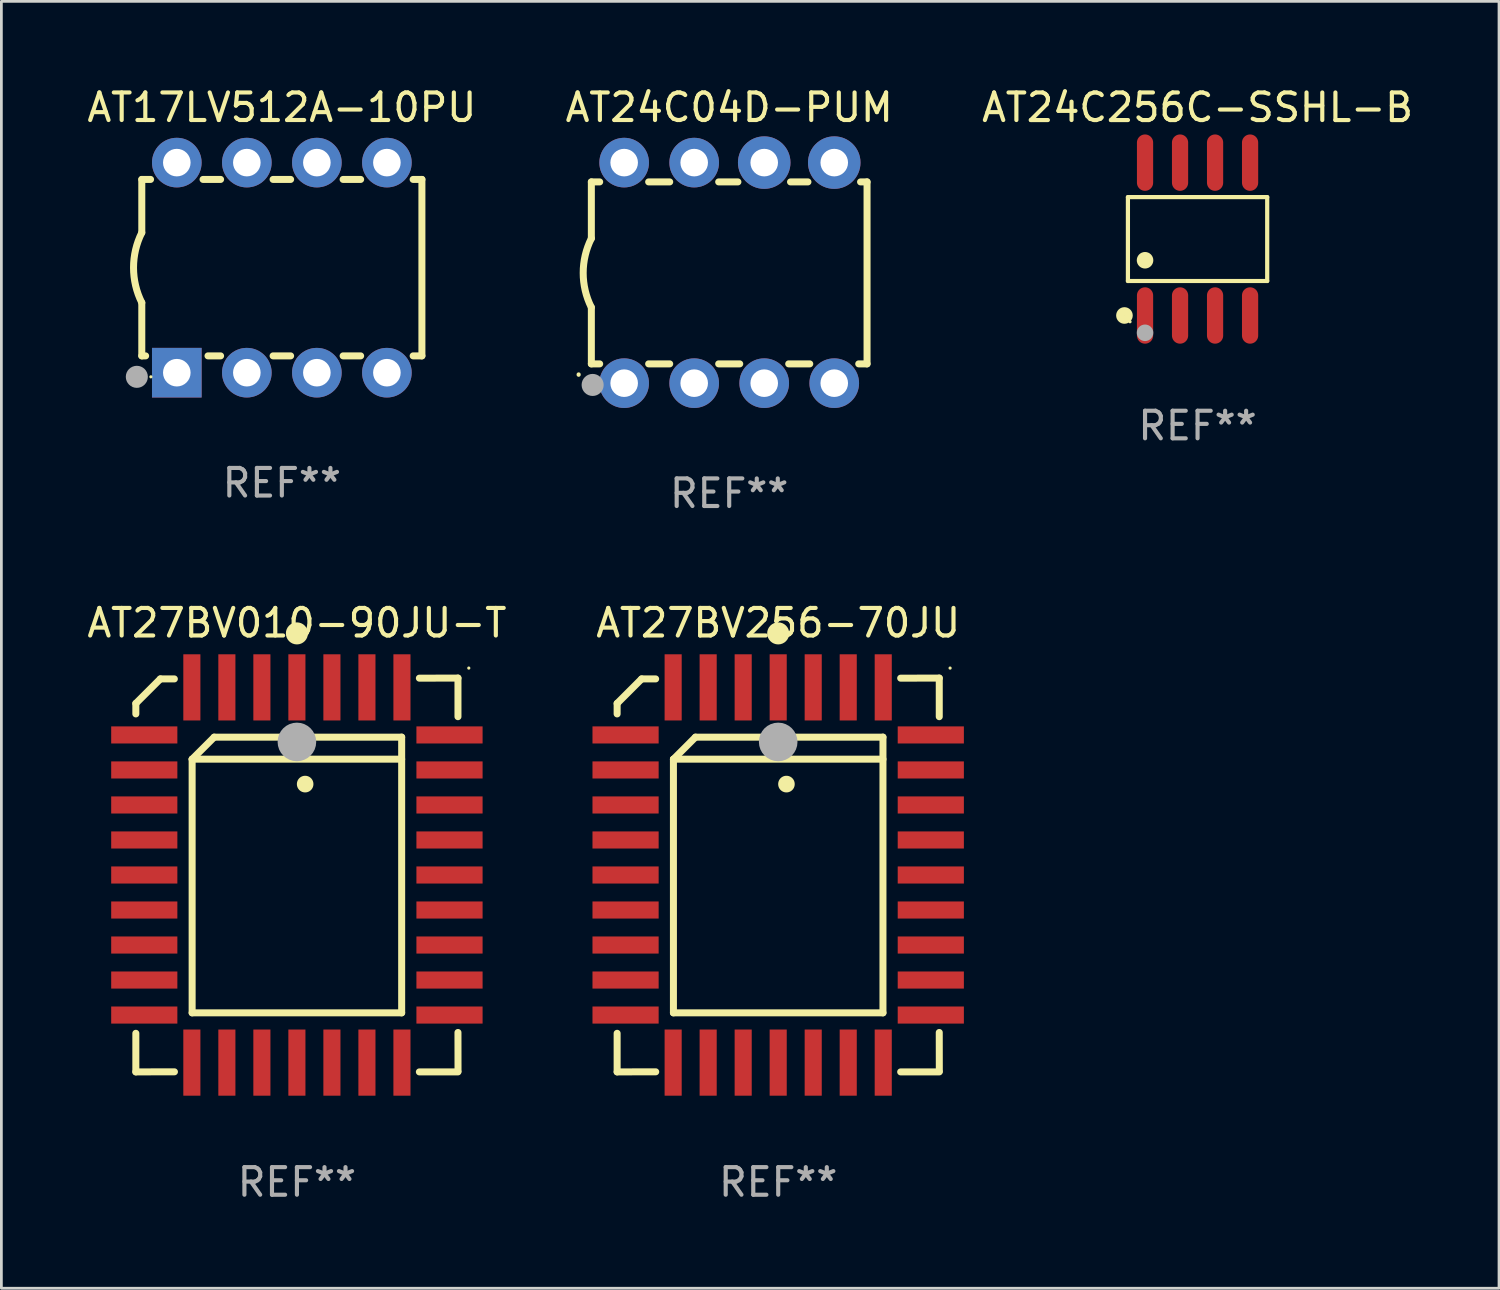
<source format=kicad_pcb>
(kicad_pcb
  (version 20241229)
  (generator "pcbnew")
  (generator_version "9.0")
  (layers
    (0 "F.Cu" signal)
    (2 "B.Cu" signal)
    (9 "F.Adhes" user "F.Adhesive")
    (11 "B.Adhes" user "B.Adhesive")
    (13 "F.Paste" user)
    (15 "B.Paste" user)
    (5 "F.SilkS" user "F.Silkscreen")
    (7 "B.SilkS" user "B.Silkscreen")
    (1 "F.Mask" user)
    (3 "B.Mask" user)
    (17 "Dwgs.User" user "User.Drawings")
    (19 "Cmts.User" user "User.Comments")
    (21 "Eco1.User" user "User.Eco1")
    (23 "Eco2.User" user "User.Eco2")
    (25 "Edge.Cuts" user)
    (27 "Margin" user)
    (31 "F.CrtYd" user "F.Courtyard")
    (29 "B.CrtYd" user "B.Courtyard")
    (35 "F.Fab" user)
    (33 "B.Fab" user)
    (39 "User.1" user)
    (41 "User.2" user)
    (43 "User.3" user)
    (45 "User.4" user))
  (footprint "AT27BV010-90JU-T"
    (layer "F.Cu")
    (at 7.72 28.687)
    (property "Reference" "AT27BV010-90JU-T" (at 0 -9.142 0) (layer "F.SilkS") (effects (font (size 1 1) (thickness 0.15))))
    (attr through_hole)
    (fp_line (start -5.843 5.742) (end -5.843 7.142) (stroke (width 0.254) (type solid)) (layer "F.SilkS"))
    (fp_line (start -5.843 7.142) (end -4.443 7.139) (stroke (width 0.254) (type solid)) (layer "F.SilkS"))
    (fp_line (start -5.843 -6.223) (end -4.954 -7.112) (stroke (width 0.254) (type solid)) (layer "F.SilkS"))
    (fp_line (start -5.843 -5.842) (end -5.843 -6.223) (stroke (width 0.254) (type solid)) (layer "F.SilkS"))
    (fp_line (start -4.954 -7.112) (end -4.446 -7.112) (stroke (width 0.254) (type solid)) (layer "F.SilkS"))
    (fp_line (start -3.801 -4.2) (end -3.001 -5) (stroke (width 0.254) (type solid)) (layer "F.SilkS"))
    (fp_line (start -3.801 -4.2) (end 3.799 -4.2) (stroke (width 0.254) (type solid)) (layer "F.SilkS"))
    (fp_line (start -3.801 5) (end -3.801 -4.2) (stroke (width 0.254) (type solid)) (layer "F.SilkS"))
    (fp_line (start -3.001 -5) (end 3.799 -5) (stroke (width 0.254) (type solid)) (layer "F.SilkS"))
    (fp_line (start 3.799 -5) (end 3.799 5) (stroke (width 0.254) (type solid)) (layer "F.SilkS"))
    (fp_line (start 3.799 5) (end -3.801 5) (stroke (width 0.254) (type solid)) (layer "F.SilkS"))
    (fp_line (start 4.441 7.142) (end 5.841 7.142) (stroke (width 0.254) (type solid)) (layer "F.SilkS"))
    (fp_line (start 5.841 -7.142) (end 4.441 -7.139) (stroke (width 0.254) (type solid)) (layer "F.SilkS"))
    (fp_line (start 5.841 -5.742) (end 5.841 -7.142) (stroke (width 0.254) (type solid)) (layer "F.SilkS"))
    (fp_line (start 5.843 7.112) (end 5.841 5.712) (stroke (width 0.254) (type solid)) (layer "F.SilkS"))
    (fp_arc (start 0.298285 -3.294387) (mid 0.298274 -3.296927) (end 0.298285 -3.299467) (stroke (width 0.6) (type solid)) (layer "F.SilkS"))
    (fp_circle (center -0.001 -8.763) (end 0.199 -8.763) (stroke (width 0.4) (type solid)) (fill no) (layer "F.SilkS"))
    (fp_circle (center 6.234 -7.505) (end 6.264 -7.505) (stroke (width 0.06) (type solid)) (fill no) (layer "F.SilkS"))
    (fp_circle (center -0.001 -4.826) (end 0.349 -4.826) (stroke (width 0.7) (type solid)) (fill no) (layer "F.Fab"))
    (fp_text user "REF**" (at 0 11.142 0) (layer "F.Fab") (effects (font (size 1 1) (thickness 0.15))))
    (pad "1" smd rect (at -0.001 -6.805 180) (size 0.62 2.4) (layers "F.Cu" "F.Mask" "F.Paste"))
    (pad "2" smd rect (at -1.271 -6.805 180) (size 0.62 2.4) (layers "F.Cu" "F.Mask" "F.Paste"))
    (pad "3" smd rect (at -2.541 -6.805 180) (size 0.62 2.4) (layers "F.Cu" "F.Mask" "F.Paste"))
    (pad "4" smd rect (at -3.811 -6.805 180) (size 0.62 2.4) (layers "F.Cu" "F.Mask" "F.Paste"))
    (pad "5" smd rect (at -5.537 -5.08 270) (size 0.62 2.4) (layers "F.Cu" "F.Mask" "F.Paste"))
    (pad "6" smd rect (at -5.537 -3.81 270) (size 0.62 2.4) (layers "F.Cu" "F.Mask" "F.Paste"))
    (pad "7" smd rect (at -5.537 -2.54 270) (size 0.62 2.4) (layers "F.Cu" "F.Mask" "F.Paste"))
    (pad "8" smd rect (at -5.537 -1.27 270) (size 0.62 2.4) (layers "F.Cu" "F.Mask" "F.Paste"))
    (pad "9" smd rect (at -5.537 0.000127 270) (size 0.62 2.4) (layers "F.Cu" "F.Mask" "F.Paste"))
    (pad "10" smd rect (at -5.537 1.27 270) (size 0.62 2.4) (layers "F.Cu" "F.Mask" "F.Paste"))
    (pad "11" smd rect (at -5.537 2.54 270) (size 0.62 2.4) (layers "F.Cu" "F.Mask" "F.Paste"))
    (pad "12" smd rect (at -5.537 3.81 270) (size 0.62 2.4) (layers "F.Cu" "F.Mask" "F.Paste"))
    (pad "13" smd rect (at -5.537 5.08 270) (size 0.62 2.4) (layers "F.Cu" "F.Mask" "F.Paste"))
    (pad "14" smd rect (at -3.811 6.805) (size 0.62 2.4) (layers "F.Cu" "F.Mask" "F.Paste"))
    (pad "15" smd rect (at -2.541 6.805) (size 0.62 2.4) (layers "F.Cu" "F.Mask" "F.Paste"))
    (pad "16" smd rect (at -1.271 6.805) (size 0.62 2.4) (layers "F.Cu" "F.Mask" "F.Paste"))
    (pad "17" smd rect (at -0.001 6.805) (size 0.62 2.4) (layers "F.Cu" "F.Mask" "F.Paste"))
    (pad "18" smd rect (at 1.269 6.805) (size 0.62 2.4) (layers "F.Cu" "F.Mask" "F.Paste"))
    (pad "19" smd rect (at 2.539 6.805) (size 0.62 2.4) (layers "F.Cu" "F.Mask" "F.Paste"))
    (pad "20" smd rect (at 3.809 6.805) (size 0.62 2.4) (layers "F.Cu" "F.Mask" "F.Paste"))
    (pad "21" smd rect (at 5.534 5.08 90) (size 0.62 2.4) (layers "F.Cu" "F.Mask" "F.Paste"))
    (pad "22" smd rect (at 5.534 3.81 90) (size 0.62 2.4) (layers "F.Cu" "F.Mask" "F.Paste"))
    (pad "23" smd rect (at 5.534 2.54 90) (size 0.62 2.4) (layers "F.Cu" "F.Mask" "F.Paste"))
    (pad "24" smd rect (at 5.534 1.27 90) (size 0.62 2.4) (layers "F.Cu" "F.Mask" "F.Paste"))
    (pad "25" smd rect (at 5.534 0.000127 90) (size 0.62 2.4) (layers "F.Cu" "F.Mask" "F.Paste"))
    (pad "26" smd rect (at 5.534 -1.27 90) (size 0.62 2.4) (layers "F.Cu" "F.Mask" "F.Paste"))
    (pad "27" smd rect (at 5.534 -2.54 90) (size 0.62 2.4) (layers "F.Cu" "F.Mask" "F.Paste"))
    (pad "28" smd rect (at 5.534 -3.81 90) (size 0.62 2.4) (layers "F.Cu" "F.Mask" "F.Paste"))
    (pad "29" smd rect (at 5.534 -5.08 90) (size 0.62 2.4) (layers "F.Cu" "F.Mask" "F.Paste"))
    (pad "30" smd rect (at 3.809 -6.805) (size 0.62 2.4) (layers "F.Cu" "F.Mask" "F.Paste"))
    (pad "31" smd rect (at 2.539 -6.805) (size 0.62 2.4) (layers "F.Cu" "F.Mask" "F.Paste"))
    (pad "32" smd rect (at 1.269 -6.805) (size 0.62 2.4) (layers "F.Cu" "F.Mask" "F.Paste")))
  (footprint "AT24C256C-SSHL-B"
    (layer "F.Cu")
    (at 40.387 5.621)
    (property "Reference" "AT24C256C-SSHL-B" (at 0 -4.772 0) (layer "F.SilkS") (effects (font (size 1 1) (thickness 0.15))))
    (attr through_hole)
    (fp_line (start -2.526 -1.521) (end 2.526 -1.521) (stroke (width 0.152) (type solid)) (layer "F.SilkS"))
    (fp_line (start -2.526 1.521) (end -2.526 -1.521) (stroke (width 0.152) (type solid)) (layer "F.SilkS"))
    (fp_line (start 2.526 -1.521) (end 2.526 1.521) (stroke (width 0.152) (type solid)) (layer "F.SilkS"))
    (fp_line (start 2.526 1.521) (end -2.526 1.521) (stroke (width 0.152) (type solid)) (layer "F.SilkS"))
    (fp_circle (center -2.652 2.772) (end -2.501 2.772) (stroke (width 0.3) (type solid)) (fill no) (layer "F.SilkS"))
    (fp_circle (center -2.45 3) (end -2.42 3) (stroke (width 0.06) (type solid)) (fill no) (layer "F.SilkS"))
    (fp_circle (center -1.905 0.769) (end -1.755 0.769) (stroke (width 0.3) (type solid)) (fill no) (layer "F.SilkS"))
    (fp_circle (center -1.905 3.4) (end -1.755 3.4) (stroke (width 0.3) (type solid)) (fill no) (layer "F.Fab"))
    (fp_text user "REF**" (at 0 6.772 0) (layer "F.Fab") (effects (font (size 1 1) (thickness 0.15))))
    (pad "1" smd oval (at -1.905 2.772) (size 0.588 2.045) (layers "F.Cu" "F.Mask" "F.Paste"))
    (pad "2" smd oval (at -0.635 2.772) (size 0.588 2.045) (layers "F.Cu" "F.Mask" "F.Paste"))
    (pad "3" smd oval (at 0.635 2.772) (size 0.588 2.045) (layers "F.Cu" "F.Mask" "F.Paste"))
    (pad "4" smd oval (at 1.905 2.772) (size 0.588 2.045) (layers "F.Cu" "F.Mask" "F.Paste"))
    (pad "5" smd oval (at 1.905 -2.772) (size 0.588 2.045) (layers "F.Cu" "F.Mask" "F.Paste"))
    (pad "6" smd oval (at 0.635 -2.772) (size 0.588 2.045) (layers "F.Cu" "F.Mask" "F.Paste"))
    (pad "7" smd oval (at -0.635 -2.772) (size 0.588 2.045) (layers "F.Cu" "F.Mask" "F.Paste"))
    (pad "8" smd oval (at -1.905 -2.772) (size 0.588 2.045) (layers "F.Cu" "F.Mask" "F.Paste")))
  (footprint "AT27BV256-70JU"
    (layer "F.Cu")
    (at 25.177 28.687)
    (property "Reference" "AT27BV256-70JU" (at 0 -9.142 0) (layer "F.SilkS") (effects (font (size 1 1) (thickness 0.15))))
    (attr through_hole)
    (fp_line (start -5.843 5.742) (end -5.843 7.142) (stroke (width 0.254) (type solid)) (layer "F.SilkS"))
    (fp_line (start -5.843 7.142) (end -4.443 7.139) (stroke (width 0.254) (type solid)) (layer "F.SilkS"))
    (fp_line (start -5.843 -6.223) (end -4.954 -7.112) (stroke (width 0.254) (type solid)) (layer "F.SilkS"))
    (fp_line (start -5.843 -5.842) (end -5.843 -6.223) (stroke (width 0.254) (type solid)) (layer "F.SilkS"))
    (fp_line (start -4.954 -7.112) (end -4.446 -7.112) (stroke (width 0.254) (type solid)) (layer "F.SilkS"))
    (fp_line (start -3.801 -4.2) (end -3.001 -5) (stroke (width 0.254) (type solid)) (layer "F.SilkS"))
    (fp_line (start -3.801 -4.2) (end 3.799 -4.2) (stroke (width 0.254) (type solid)) (layer "F.SilkS"))
    (fp_line (start -3.801 5) (end -3.801 -4.2) (stroke (width 0.254) (type solid)) (layer "F.SilkS"))
    (fp_line (start -3.001 -5) (end 3.799 -5) (stroke (width 0.254) (type solid)) (layer "F.SilkS"))
    (fp_line (start 3.799 -5) (end 3.799 5) (stroke (width 0.254) (type solid)) (layer "F.SilkS"))
    (fp_line (start 3.799 5) (end -3.801 5) (stroke (width 0.254) (type solid)) (layer "F.SilkS"))
    (fp_line (start 4.441 7.142) (end 5.841 7.142) (stroke (width 0.254) (type solid)) (layer "F.SilkS"))
    (fp_line (start 5.841 -7.142) (end 4.441 -7.139) (stroke (width 0.254) (type solid)) (layer "F.SilkS"))
    (fp_line (start 5.841 -5.742) (end 5.841 -7.142) (stroke (width 0.254) (type solid)) (layer "F.SilkS"))
    (fp_line (start 5.843 7.112) (end 5.841 5.712) (stroke (width 0.254) (type solid)) (layer "F.SilkS"))
    (fp_arc (start 0.298285 -3.294387) (mid 0.298274 -3.296927) (end 0.298285 -3.299467) (stroke (width 0.6) (type solid)) (layer "F.SilkS"))
    (fp_circle (center -0.001 -8.763) (end 0.199 -8.763) (stroke (width 0.4) (type solid)) (fill no) (layer "F.SilkS"))
    (fp_circle (center 6.234 -7.505) (end 6.264 -7.505) (stroke (width 0.06) (type solid)) (fill no) (layer "F.SilkS"))
    (fp_circle (center -0.001 -4.826) (end 0.349 -4.826) (stroke (width 0.7) (type solid)) (fill no) (layer "F.Fab"))
    (fp_text user "REF**" (at 0 11.142 0) (layer "F.Fab") (effects (font (size 1 1) (thickness 0.15))))
    (pad "1" smd rect (at -0.001 -6.805 180) (size 0.62 2.4) (layers "F.Cu" "F.Mask" "F.Paste"))
    (pad "2" smd rect (at -1.271 -6.805 180) (size 0.62 2.4) (layers "F.Cu" "F.Mask" "F.Paste"))
    (pad "3" smd rect (at -2.541 -6.805 180) (size 0.62 2.4) (layers "F.Cu" "F.Mask" "F.Paste"))
    (pad "4" smd rect (at -3.811 -6.805 180) (size 0.62 2.4) (layers "F.Cu" "F.Mask" "F.Paste"))
    (pad "5" smd rect (at -5.537 -5.08 270) (size 0.62 2.4) (layers "F.Cu" "F.Mask" "F.Paste"))
    (pad "6" smd rect (at -5.537 -3.81 270) (size 0.62 2.4) (layers "F.Cu" "F.Mask" "F.Paste"))
    (pad "7" smd rect (at -5.537 -2.54 270) (size 0.62 2.4) (layers "F.Cu" "F.Mask" "F.Paste"))
    (pad "8" smd rect (at -5.537 -1.27 270) (size 0.62 2.4) (layers "F.Cu" "F.Mask" "F.Paste"))
    (pad "9" smd rect (at -5.537 0.000127 270) (size 0.62 2.4) (layers "F.Cu" "F.Mask" "F.Paste"))
    (pad "10" smd rect (at -5.537 1.27 270) (size 0.62 2.4) (layers "F.Cu" "F.Mask" "F.Paste"))
    (pad "11" smd rect (at -5.537 2.54 270) (size 0.62 2.4) (layers "F.Cu" "F.Mask" "F.Paste"))
    (pad "12" smd rect (at -5.537 3.81 270) (size 0.62 2.4) (layers "F.Cu" "F.Mask" "F.Paste"))
    (pad "13" smd rect (at -5.537 5.08 270) (size 0.62 2.4) (layers "F.Cu" "F.Mask" "F.Paste"))
    (pad "14" smd rect (at -3.811 6.805) (size 0.62 2.4) (layers "F.Cu" "F.Mask" "F.Paste"))
    (pad "15" smd rect (at -2.541 6.805) (size 0.62 2.4) (layers "F.Cu" "F.Mask" "F.Paste"))
    (pad "16" smd rect (at -1.271 6.805) (size 0.62 2.4) (layers "F.Cu" "F.Mask" "F.Paste"))
    (pad "17" smd rect (at -0.001 6.805) (size 0.62 2.4) (layers "F.Cu" "F.Mask" "F.Paste"))
    (pad "18" smd rect (at 1.269 6.805) (size 0.62 2.4) (layers "F.Cu" "F.Mask" "F.Paste"))
    (pad "19" smd rect (at 2.539 6.805) (size 0.62 2.4) (layers "F.Cu" "F.Mask" "F.Paste"))
    (pad "20" smd rect (at 3.809 6.805) (size 0.62 2.4) (layers "F.Cu" "F.Mask" "F.Paste"))
    (pad "21" smd rect (at 5.534 5.08 90) (size 0.62 2.4) (layers "F.Cu" "F.Mask" "F.Paste"))
    (pad "22" smd rect (at 5.534 3.81 90) (size 0.62 2.4) (layers "F.Cu" "F.Mask" "F.Paste"))
    (pad "23" smd rect (at 5.534 2.54 90) (size 0.62 2.4) (layers "F.Cu" "F.Mask" "F.Paste"))
    (pad "24" smd rect (at 5.534 1.27 90) (size 0.62 2.4) (layers "F.Cu" "F.Mask" "F.Paste"))
    (pad "25" smd rect (at 5.534 0.000127 90) (size 0.62 2.4) (layers "F.Cu" "F.Mask" "F.Paste"))
    (pad "26" smd rect (at 5.534 -1.27 90) (size 0.62 2.4) (layers "F.Cu" "F.Mask" "F.Paste"))
    (pad "27" smd rect (at 5.534 -2.54 90) (size 0.62 2.4) (layers "F.Cu" "F.Mask" "F.Paste"))
    (pad "28" smd rect (at 5.534 -3.81 90) (size 0.62 2.4) (layers "F.Cu" "F.Mask" "F.Paste"))
    (pad "29" smd rect (at 5.534 -5.08 90) (size 0.62 2.4) (layers "F.Cu" "F.Mask" "F.Paste"))
    (pad "30" smd rect (at 3.809 -6.805) (size 0.62 2.4) (layers "F.Cu" "F.Mask" "F.Paste"))
    (pad "31" smd rect (at 2.539 -6.805) (size 0.62 2.4) (layers "F.Cu" "F.Mask" "F.Paste"))
    (pad "32" smd rect (at 1.269 -6.805) (size 0.62 2.4) (layers "F.Cu" "F.Mask" "F.Paste")))
  (footprint "AT17LV512A-10PU"
    (layer "F.Cu")
    (at 7.173 6.658)
    (property "Reference" "AT17LV512A-10PU" (at 0 -5.81 0) (layer "F.SilkS") (effects (font (size 1 1) (thickness 0.15))))
    (attr through_hole)
    (fp_line (start -5.08 -3.2) (end -4.762 -3.2) (stroke (width 0.254) (type solid)) (layer "F.SilkS"))
    (fp_line (start -5.08 -1.27) (end -5.08 -3.2) (stroke (width 0.254) (type solid)) (layer "F.SilkS"))
    (fp_line (start -5.08 3.2) (end -5.08 1.27) (stroke (width 0.254) (type solid)) (layer "F.SilkS"))
    (fp_line (start -5.08 3.2) (end -4.941 3.2) (stroke (width 0.254) (type solid)) (layer "F.SilkS"))
    (fp_line (start -2.858 -3.2) (end -2.222 -3.2) (stroke (width 0.254) (type solid)) (layer "F.SilkS"))
    (fp_line (start -2.679 3.2) (end -2.222 3.2) (stroke (width 0.254) (type solid)) (layer "F.SilkS"))
    (fp_line (start -0.318 -3.2) (end 0.318 -3.2) (stroke (width 0.254) (type solid)) (layer "F.SilkS"))
    (fp_line (start -0.318 3.2) (end 0.318 3.2) (stroke (width 0.254) (type solid)) (layer "F.SilkS"))
    (fp_line (start 2.222 -3.2) (end 2.858 -3.2) (stroke (width 0.254) (type solid)) (layer "F.SilkS"))
    (fp_line (start 2.222 3.2) (end 2.858 3.2) (stroke (width 0.254) (type solid)) (layer "F.SilkS"))
    (fp_line (start 4.762 -3.2) (end 5.08 -3.2) (stroke (width 0.254) (type solid)) (layer "F.SilkS"))
    (fp_line (start 4.762 3.2) (end 5.08 3.2) (stroke (width 0.254) (type solid)) (layer "F.SilkS"))
    (fp_line (start 5.08 3.2) (end 5.08 -3.2) (stroke (width 0.254) (type solid)) (layer "F.SilkS"))
    (fp_arc (start -5.080011 1.270002) (mid -5.379818 -0.000001) (end -5.08001 -1.270003) (stroke (width 0.254001) (type solid)) (layer "F.SilkS"))
    (fp_circle (center -4.75 3.96) (end -4.72 3.96) (stroke (width 0.06) (type solid)) (fill no) (layer "F.SilkS"))
    (fp_circle (center -5.26 3.96) (end -5.06 3.96) (stroke (width 0.4) (type solid)) (fill no) (layer "F.Fab"))
    (fp_text user "REF**" (at 0 7.81 0) (layer "F.Fab") (effects (font (size 1 1) (thickness 0.15))))
    (pad "1" thru_hole rect (at -3.81 3.81) (size 1.8 1.8) (drill 1) (layers "*.Cu" "*.Mask"))
    (pad "2" thru_hole circle (at -1.27 3.81) (size 1.8 1.8) (drill 1) (layers "*.Cu" "*.Mask"))
    (pad "3" thru_hole circle (at 1.27 3.81) (size 1.8 1.8) (drill 1) (layers "*.Cu" "*.Mask"))
    (pad "4" thru_hole circle (at 3.81 3.81) (size 1.8 1.8) (drill 1) (layers "*.Cu" "*.Mask"))
    (pad "5" thru_hole circle (at 3.81 -3.81) (size 1.8 1.8) (drill 1) (layers "*.Cu" "*.Mask"))
    (pad "6" thru_hole circle (at 1.27 -3.81) (size 1.8 1.8) (drill 1) (layers "*.Cu" "*.Mask"))
    (pad "7" thru_hole circle (at -1.27 -3.81) (size 1.8 1.8) (drill 1) (layers "*.Cu" "*.Mask"))
    (pad "8" thru_hole circle (at -3.81 -3.81) (size 1.8 1.8) (drill 1) (layers "*.Cu" "*.Mask")))
  (footprint "AT24C04D-PUM"
    (layer "F.Cu")
    (at 23.399 6.848)
    (property "Reference" "AT24C04D-PUM" (at 0 -6 0) (layer "F.SilkS") (effects (font (size 1 1) (thickness 0.15))))
    (attr through_hole)
    (fp_line (start -5 -3.3) (end -5 -1.25) (stroke (width 0.254) (type solid)) (layer "F.SilkS"))
    (fp_line (start -5 -3.3) (end -4.698 -3.3) (stroke (width 0.254) (type solid)) (layer "F.SilkS"))
    (fp_line (start -5 3.3) (end -5 1.25) (stroke (width 0.254) (type solid)) (layer "F.SilkS"))
    (fp_line (start -5 3.3) (end -4.698 3.3) (stroke (width 0.254) (type solid)) (layer "F.SilkS"))
    (fp_line (start -2.922 -3.3) (end -2.158 -3.3) (stroke (width 0.254) (type solid)) (layer "F.SilkS"))
    (fp_line (start -2.922 3.3) (end -2.158 3.3) (stroke (width 0.254) (type solid)) (layer "F.SilkS"))
    (fp_line (start -0.382 -3.3) (end 0.316 -3.3) (stroke (width 0.254) (type solid)) (layer "F.SilkS"))
    (fp_line (start -0.382 3.3) (end 0.382 3.3) (stroke (width 0.254) (type solid)) (layer "F.SilkS"))
    (fp_line (start 2.158 3.3) (end 2.922 3.3) (stroke (width 0.254) (type solid)) (layer "F.SilkS"))
    (fp_line (start 2.224 -3.3) (end 2.856 -3.3) (stroke (width 0.254) (type solid)) (layer "F.SilkS"))
    (fp_line (start 4.698 3.3) (end 5 3.3) (stroke (width 0.254) (type solid)) (layer "F.SilkS"))
    (fp_line (start 4.764 -3.3) (end 5 -3.3) (stroke (width 0.254) (type solid)) (layer "F.SilkS"))
    (fp_line (start 5 -3.3) (end 5 3.3) (stroke (width 0.254) (type solid)) (layer "F.SilkS"))
    (fp_arc (start -5.46124 3.694259) (mid -5.461175 3.688632) (end -5.460986 3.683007) (stroke (width 0.149987) (type solid)) (layer "F.SilkS"))
    (fp_arc (start -5.00127 1.249682) (mid -5.295892 -0.000313) (end -5.000025 -1.250013) (stroke (width 0.254001) (type solid)) (layer "F.SilkS"))
    (fp_circle (center -4.795 4.237) (end -4.765 4.237) (stroke (width 0.06) (type solid)) (fill no) (layer "F.SilkS"))
    (fp_circle (center -4.953 4.064) (end -4.753 4.064) (stroke (width 0.4) (type solid)) (fill no) (layer "F.Fab"))
    (fp_text user "REF**" (at 0 8 0) (layer "F.Fab") (effects (font (size 1 1) (thickness 0.15))))
    (pad "1" thru_hole circle (at -3.81 4) (size 1.8 1.8) (drill 1) (layers "*.Cu" "*.Mask"))
    (pad "2" thru_hole circle (at -1.27 4) (size 1.8 1.8) (drill 1) (layers "*.Cu" "*.Mask"))
    (pad "3" thru_hole circle (at 1.27 4) (size 1.8 1.8) (drill 1) (layers "*.Cu" "*.Mask"))
    (pad "4" thru_hole circle (at 3.81 4) (size 1.8 1.8) (drill 1) (layers "*.Cu" "*.Mask"))
    (pad "5" thru_hole circle (at 3.81 -4) (size 1.905 1.905) (drill 1) (layers "*.Cu" "*.Mask"))
    (pad "6" thru_hole circle (at 1.27 -4) (size 1.905 1.905) (drill 1) (layers "*.Cu" "*.Mask"))
    (pad "7" thru_hole circle (at -1.27 -4) (size 1.8 1.8) (drill 1) (layers "*.Cu" "*.Mask"))
    (pad "8" thru_hole circle (at -3.81 -4) (size 1.8 1.8) (drill 1) (layers "*.Cu" "*.Mask")))
  (gr_rect
    (start -3 -3)
    (end 51.321 43.677)
    (stroke (width 0.1) (type default))
    (fill no)
    (layer "Edge.Cuts")))
</source>
